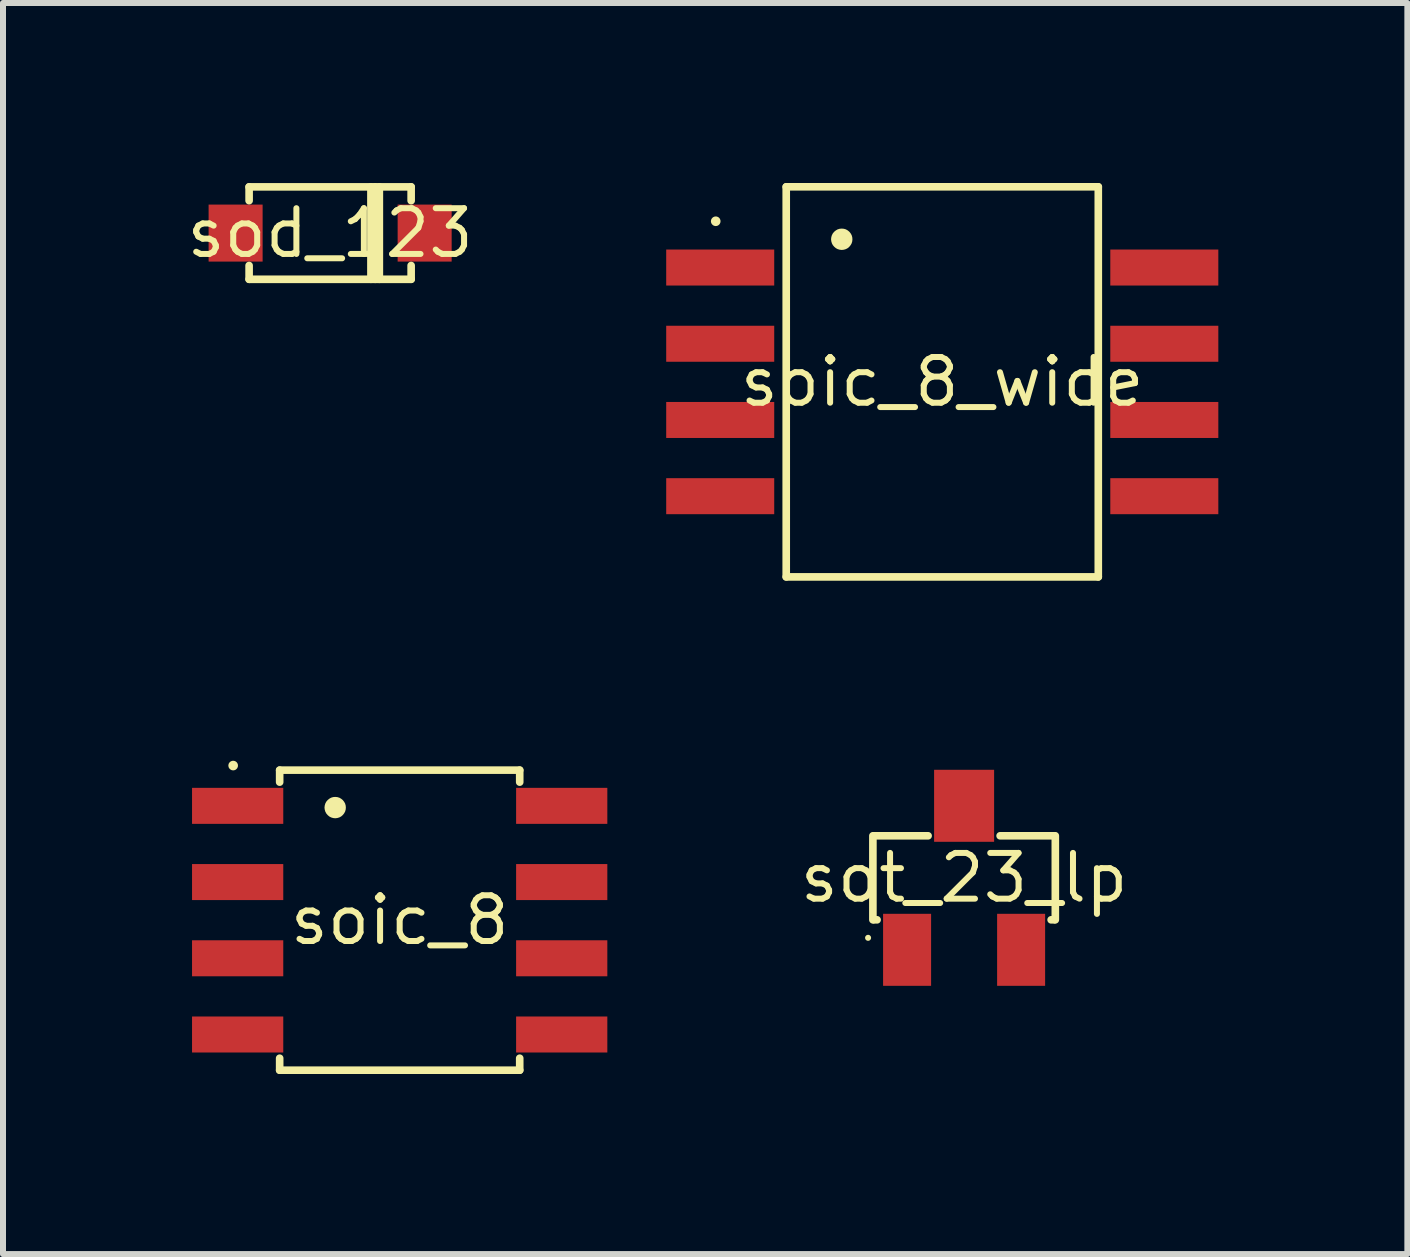
<source format=kicad_pcb>
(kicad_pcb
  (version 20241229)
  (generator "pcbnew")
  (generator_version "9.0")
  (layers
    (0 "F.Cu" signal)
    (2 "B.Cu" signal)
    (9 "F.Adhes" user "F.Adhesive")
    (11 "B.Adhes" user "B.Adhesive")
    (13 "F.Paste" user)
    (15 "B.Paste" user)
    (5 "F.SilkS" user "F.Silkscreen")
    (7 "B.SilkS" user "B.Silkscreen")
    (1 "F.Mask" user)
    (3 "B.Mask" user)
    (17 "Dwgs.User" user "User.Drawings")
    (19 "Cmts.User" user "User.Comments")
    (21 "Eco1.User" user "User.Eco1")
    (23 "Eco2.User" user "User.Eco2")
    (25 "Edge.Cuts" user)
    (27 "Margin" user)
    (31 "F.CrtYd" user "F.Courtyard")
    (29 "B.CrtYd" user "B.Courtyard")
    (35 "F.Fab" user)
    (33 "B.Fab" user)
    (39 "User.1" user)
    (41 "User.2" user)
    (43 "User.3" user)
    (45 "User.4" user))
  (footprint "sot_23_lp"
    (layer "F.Cu")
    (at 13.015 11.577)
    (property "Reference" "sot_23_lp" (at 0 0 0) (layer "F.SilkS") (effects (font (size 0.762 0.762) (thickness 0.1))))
    (attr through_hole)
    (fp_poly (pts (xy -1.5 1.95) (xy -0.4 1.95) (xy -0.4 0.45) (xy -1.5 0.45)) (stroke (width 0) (type solid)) (fill yes) (layer "F.Mask"))
    (fp_poly (pts (xy -0.65 -0.45) (xy 0.65 -0.45) (xy 0.65 -1.95) (xy -0.65 -1.95)) (stroke (width 0) (type solid)) (fill yes) (layer "F.Mask"))
    (fp_poly (pts (xy 0.4 1.95) (xy 1.5 1.95) (xy 1.5 0.45) (xy 0.4 0.45)) (stroke (width 0) (type solid)) (fill yes) (layer "F.Mask"))
    (fp_line (start -1.52 0.7) (end -1.52 -0.7) (stroke (width 0.127) (type solid)) (layer "F.SilkS"))
    (fp_line (start -1.499 -0.7) (end -0.6 -0.7) (stroke (width 0.127) (type solid)) (layer "F.SilkS"))
    (fp_line (start -1.45 0.7) (end -1.499 0.7) (stroke (width 0.127) (type solid)) (layer "F.SilkS"))
    (fp_line (start 0.6 -0.7) (end 1.499 -0.7) (stroke (width 0.127) (type solid)) (layer "F.SilkS"))
    (fp_line (start 1.499 0.7) (end 1.45 0.7) (stroke (width 0.127) (type solid)) (layer "F.SilkS"))
    (fp_line (start 1.52 -0.7) (end 1.52 0.7) (stroke (width 0.127) (type solid)) (layer "F.SilkS"))
    (fp_poly (pts (xy -1.55 1) (xy -1.551 0.99) (xy -1.554 0.981) (xy -1.558 0.972) (xy -1.565 0.965) (xy -1.572 0.958) (xy -1.581 0.954) (xy -1.59 0.951) (xy -1.6 0.95) (xy -1.61 0.951) (xy -1.619 0.954) (xy -1.628 0.958) (xy -1.635 0.965) (xy -1.642 0.972) (xy -1.646 0.981) (xy -1.649 0.99) (xy -1.65 1) (xy -1.649 1.01) (xy -1.646 1.019) (xy -1.642 1.028) (xy -1.635 1.035) (xy -1.628 1.042) (xy -1.619 1.046) (xy -1.61 1.049) (xy -1.6 1.05) (xy -1.59 1.049) (xy -1.581 1.046) (xy -1.572 1.042) (xy -1.565 1.035) (xy -1.558 1.028) (xy -1.554 1.019) (xy -1.551 1.01)) (stroke (width 0) (type solid)) (fill yes) (layer "F.SilkS"))
    (pad "1" smd rect (at -0.95 1.2) (size 0.8 1.2) (layers "F.Cu" "F.Paste"))
    (pad "2" smd rect (at 0.95 1.2) (size 0.8 1.2) (layers "F.Cu" "F.Paste"))
    (pad "3" smd rect (at 0 -1.2) (size 1 1.2) (layers "F.Cu" "F.Paste")))
  (footprint "sod_123"
    (layer "F.Cu")
    (at 2.451 0.834)
    (property "Reference" "sod_123" (at 0 0 0) (layer "F.SilkS") (effects (font (size 0.762 0.762) (thickness 0.1))))
    (attr through_hole)
    (fp_poly (pts (xy -2.175 0.625) (xy -0.975 0.625) (xy -0.975 -0.625) (xy -2.175 -0.625)) (stroke (width 0) (type solid)) (fill yes) (layer "F.Mask"))
    (fp_poly (pts (xy 0.975 0.625) (xy 2.175 0.625) (xy 2.175 -0.625) (xy 0.975 -0.625)) (stroke (width 0) (type solid)) (fill yes) (layer "F.Mask"))
    (fp_line (start -1.35 -0.77) (end -1.35 -0.54) (stroke (width 0.127) (type solid)) (layer "F.SilkS"))
    (fp_line (start -1.35 -0.77) (end 1.35 -0.77) (stroke (width 0.127) (type solid)) (layer "F.SilkS"))
    (fp_line (start -1.35 0.77) (end -1.35 0.54) (stroke (width 0.127) (type solid)) (layer "F.SilkS"))
    (fp_line (start -1.35 0.77) (end 1.35 0.77) (stroke (width 0.127) (type solid)) (layer "F.SilkS"))
    (fp_line (start 0.68 0.77) (end 0.68 -0.77) (stroke (width 0.127) (type solid)) (layer "F.SilkS"))
    (fp_line (start 0.75 -0.77) (end 0.75 0.77) (stroke (width 0.127) (type solid)) (layer "F.SilkS"))
    (fp_line (start 0.82 -0.77) (end 0.82 0.77) (stroke (width 0.127) (type solid)) (layer "F.SilkS"))
    (fp_line (start 1.35 -0.77) (end 1.35 -0.54) (stroke (width 0.127) (type solid)) (layer "F.SilkS"))
    (fp_line (start 1.35 0.77) (end 1.35 0.54) (stroke (width 0.127) (type solid)) (layer "F.SilkS"))
    (pad "1" smd rect (at -1.575 0) (size 0.9 0.95) (layers "F.Cu" "F.Paste"))
    (pad "2" smd rect (at 1.575 0) (size 0.9 0.95) (layers "F.Cu" "F.Paste")))
  (footprint "soic_8"
    (layer "F.Cu")
    (at 3.61 12.283)
    (property "Reference" "soic_8" (at 0 0 0) (layer "F.SilkS") (effects (font (size 0.762 0.762) (thickness 0.1))))
    (attr through_hole)
    (fp_poly (pts (xy -3.61 -2.355) (xy -3.61 -1.455) (xy -1.79 -1.455) (xy -1.79 -2.355)) (stroke (width 0) (type solid)) (fill yes) (layer "F.Mask"))
    (fp_poly (pts (xy -3.61 -1.085) (xy -3.61 -0.185) (xy -1.79 -0.185) (xy -1.79 -1.085)) (stroke (width 0) (type solid)) (fill yes) (layer "F.Mask"))
    (fp_poly (pts (xy -3.61 0.185) (xy -3.61 1.085) (xy -1.79 1.085) (xy -1.79 0.185)) (stroke (width 0) (type solid)) (fill yes) (layer "F.Mask"))
    (fp_poly (pts (xy -3.61 1.455) (xy -3.61 2.355) (xy -1.79 2.355) (xy -1.79 1.455)) (stroke (width 0) (type solid)) (fill yes) (layer "F.Mask"))
    (fp_poly (pts (xy 1.79 -2.355) (xy 1.79 -1.455) (xy 3.61 -1.455) (xy 3.61 -2.355)) (stroke (width 0) (type solid)) (fill yes) (layer "F.Mask"))
    (fp_poly (pts (xy 1.79 -1.085) (xy 1.79 -0.185) (xy 3.61 -0.185) (xy 3.61 -1.085)) (stroke (width 0) (type solid)) (fill yes) (layer "F.Mask"))
    (fp_poly (pts (xy 1.79 0.185) (xy 1.79 1.085) (xy 3.61 1.085) (xy 3.61 0.185)) (stroke (width 0) (type solid)) (fill yes) (layer "F.Mask"))
    (fp_poly (pts (xy 1.79 1.455) (xy 1.79 2.355) (xy 3.61 2.355) (xy 3.61 1.455)) (stroke (width 0) (type solid)) (fill yes) (layer "F.Mask"))
    (fp_line (start -2 -2.5) (end -2 -2.3) (stroke (width 0.127) (type solid)) (layer "F.SilkS"))
    (fp_line (start -2 2.5) (end -2 2.3) (stroke (width 0.127) (type solid)) (layer "F.SilkS"))
    (fp_line (start -2 2.5) (end 2 2.5) (stroke (width 0.127) (type solid)) (layer "F.SilkS"))
    (fp_line (start 2 -2.5) (end -2 -2.5) (stroke (width 0.127) (type solid)) (layer "F.SilkS"))
    (fp_line (start 2 -2.5) (end 2 -2.3) (stroke (width 0.127) (type solid)) (layer "F.SilkS"))
    (fp_line (start 2 2.5) (end 2 2.3) (stroke (width 0.127) (type solid)) (layer "F.SilkS"))
    (fp_poly (pts (xy -2.695 -2.576) (xy -2.696 -2.592) (xy -2.701 -2.607) (xy -2.708 -2.621) (xy -2.718 -2.633) (xy -2.73 -2.643) (xy -2.744 -2.65) (xy -2.759 -2.655) (xy -2.775 -2.656) (xy -2.79 -2.655) (xy -2.805 -2.65) (xy -2.819 -2.643) (xy -2.831 -2.633) (xy -2.841 -2.621) (xy -2.849 -2.607) (xy -2.853 -2.592) (xy -2.855 -2.576) (xy -2.853 -2.561) (xy -2.849 -2.546) (xy -2.841 -2.532) (xy -2.831 -2.52) (xy -2.819 -2.51) (xy -2.805 -2.502) (xy -2.79 -2.498) (xy -2.775 -2.496) (xy -2.759 -2.498) (xy -2.744 -2.502) (xy -2.73 -2.51) (xy -2.718 -2.52) (xy -2.708 -2.532) (xy -2.701 -2.546) (xy -2.696 -2.561)) (stroke (width 0) (type solid)) (fill yes) (layer "F.SilkS"))
    (fp_poly (pts (xy -0.897 -1.876) (xy -0.9 -1.911) (xy -0.91 -1.945) (xy -0.927 -1.975) (xy -0.949 -2.002) (xy -0.976 -2.024) (xy -1.006 -2.041) (xy -1.04 -2.051) (xy -1.075 -2.054) (xy -1.109 -2.051) (xy -1.143 -2.041) (xy -1.173 -2.024) (xy -1.2 -2.002) (xy -1.223 -1.975) (xy -1.239 -1.945) (xy -1.249 -1.911) (xy -1.253 -1.876) (xy -1.249 -1.842) (xy -1.239 -1.808) (xy -1.223 -1.778) (xy -1.2 -1.751) (xy -1.173 -1.728) (xy -1.143 -1.712) (xy -1.109 -1.702) (xy -1.075 -1.698) (xy -1.04 -1.702) (xy -1.006 -1.712) (xy -0.976 -1.728) (xy -0.949 -1.751) (xy -0.927 -1.778) (xy -0.91 -1.808) (xy -0.9 -1.842)) (stroke (width 0) (type solid)) (fill yes) (layer "F.SilkS"))
    (pad "1" smd rect (at -2.7 -1.905 270) (size 0.6 1.52) (layers "F.Cu" "F.Paste"))
    (pad "2" smd rect (at -2.7 -0.635 270) (size 0.6 1.52) (layers "F.Cu" "F.Paste"))
    (pad "3" smd rect (at -2.7 0.635 270) (size 0.6 1.52) (layers "F.Cu" "F.Paste"))
    (pad "4" smd rect (at -2.7 1.905 270) (size 0.6 1.52) (layers "F.Cu" "F.Paste"))
    (pad "5" smd rect (at 2.7 1.905 270) (size 0.6 1.52) (layers "F.Cu" "F.Paste"))
    (pad "6" smd rect (at 2.7 0.635 270) (size 0.6 1.52) (layers "F.Cu" "F.Paste"))
    (pad "7" smd rect (at 2.7 -0.635 270) (size 0.6 1.52) (layers "F.Cu" "F.Paste"))
    (pad "8" smd rect (at 2.7 -1.905 270) (size 0.6 1.52) (layers "F.Cu" "F.Paste")))
  (footprint "soic_8_wide"
    (layer "F.Cu")
    (at 12.651 3.313)
    (property "Reference" "soic_8_wide" (at 0 0 0) (layer "F.SilkS") (effects (font (size 0.762 0.762) (thickness 0.1))))
    (attr through_hole)
    (fp_poly (pts (xy -4.75 -2.355) (xy -4.75 -1.455) (xy -2.65 -1.455) (xy -2.65 -2.355)) (stroke (width 0) (type solid)) (fill yes) (layer "F.Mask"))
    (fp_poly (pts (xy -4.75 -1.085) (xy -4.75 -0.185) (xy -2.65 -0.185) (xy -2.65 -1.085)) (stroke (width 0) (type solid)) (fill yes) (layer "F.Mask"))
    (fp_poly (pts (xy -4.75 0.185) (xy -4.75 1.085) (xy -2.65 1.085) (xy -2.65 0.185)) (stroke (width 0) (type solid)) (fill yes) (layer "F.Mask"))
    (fp_poly (pts (xy -4.75 1.455) (xy -4.75 2.355) (xy -2.65 2.355) (xy -2.65 1.455)) (stroke (width 0) (type solid)) (fill yes) (layer "F.Mask"))
    (fp_poly (pts (xy 2.65 -2.355) (xy 2.65 -1.455) (xy 4.75 -1.455) (xy 4.75 -2.355)) (stroke (width 0) (type solid)) (fill yes) (layer "F.Mask"))
    (fp_poly (pts (xy 2.65 -1.085) (xy 2.65 -0.185) (xy 4.75 -0.185) (xy 4.75 -1.085)) (stroke (width 0) (type solid)) (fill yes) (layer "F.Mask"))
    (fp_poly (pts (xy 2.65 0.185) (xy 2.65 1.085) (xy 4.75 1.085) (xy 4.75 0.185)) (stroke (width 0) (type solid)) (fill yes) (layer "F.Mask"))
    (fp_poly (pts (xy 2.65 1.455) (xy 2.65 2.355) (xy 4.75 2.355) (xy 4.75 1.455)) (stroke (width 0) (type solid)) (fill yes) (layer "F.Mask"))
    (fp_line (start -2.6 -3.25) (end -2.6 3.25) (stroke (width 0.127) (type solid)) (layer "F.SilkS"))
    (fp_line (start -2.6 3.25) (end 2.6 3.25) (stroke (width 0.127) (type solid)) (layer "F.SilkS"))
    (fp_line (start 2.6 -3.25) (end -2.6 -3.25) (stroke (width 0.127) (type solid)) (layer "F.SilkS"))
    (fp_line (start 2.6 -3.25) (end 2.6 3.25) (stroke (width 0.127) (type solid)) (layer "F.SilkS"))
    (fp_poly (pts (xy -3.695 -2.676) (xy -3.696 -2.692) (xy -3.701 -2.707) (xy -3.708 -2.721) (xy -3.718 -2.733) (xy -3.73 -2.743) (xy -3.744 -2.75) (xy -3.759 -2.755) (xy -3.775 -2.756) (xy -3.79 -2.755) (xy -3.805 -2.75) (xy -3.819 -2.743) (xy -3.831 -2.733) (xy -3.841 -2.721) (xy -3.849 -2.707) (xy -3.853 -2.692) (xy -3.855 -2.676) (xy -3.853 -2.661) (xy -3.849 -2.646) (xy -3.841 -2.632) (xy -3.831 -2.62) (xy -3.819 -2.61) (xy -3.805 -2.602) (xy -3.79 -2.598) (xy -3.775 -2.596) (xy -3.759 -2.598) (xy -3.744 -2.602) (xy -3.73 -2.61) (xy -3.718 -2.62) (xy -3.708 -2.632) (xy -3.701 -2.646) (xy -3.696 -2.661)) (stroke (width 0) (type solid)) (fill yes) (layer "F.SilkS"))
    (fp_poly (pts (xy -1.497 -2.376) (xy -1.5 -2.411) (xy -1.51 -2.445) (xy -1.527 -2.475) (xy -1.549 -2.502) (xy -1.576 -2.524) (xy -1.606 -2.541) (xy -1.64 -2.551) (xy -1.675 -2.554) (xy -1.709 -2.551) (xy -1.743 -2.541) (xy -1.773 -2.524) (xy -1.8 -2.502) (xy -1.823 -2.475) (xy -1.839 -2.445) (xy -1.849 -2.411) (xy -1.853 -2.376) (xy -1.849 -2.342) (xy -1.839 -2.308) (xy -1.823 -2.278) (xy -1.8 -2.251) (xy -1.773 -2.228) (xy -1.743 -2.212) (xy -1.709 -2.202) (xy -1.675 -2.198) (xy -1.64 -2.202) (xy -1.606 -2.212) (xy -1.576 -2.228) (xy -1.549 -2.251) (xy -1.527 -2.278) (xy -1.51 -2.308) (xy -1.5 -2.342)) (stroke (width 0) (type solid)) (fill yes) (layer "F.SilkS"))
    (pad "1" smd rect (at -3.7 -1.905 270) (size 0.6 1.8) (layers "F.Cu" "F.Paste"))
    (pad "2" smd rect (at -3.7 -0.635 270) (size 0.6 1.8) (layers "F.Cu" "F.Paste"))
    (pad "3" smd rect (at -3.7 0.635 270) (size 0.6 1.8) (layers "F.Cu" "F.Paste"))
    (pad "4" smd rect (at -3.7 1.905 270) (size 0.6 1.8) (layers "F.Cu" "F.Paste"))
    (pad "5" smd rect (at 3.7 1.905 270) (size 0.6 1.8) (layers "F.Cu" "F.Paste"))
    (pad "6" smd rect (at 3.7 0.635 270) (size 0.6 1.8) (layers "F.Cu" "F.Paste"))
    (pad "7" smd rect (at 3.7 -0.635 270) (size 0.6 1.8) (layers "F.Cu" "F.Paste"))
    (pad "8" smd rect (at 3.7 -1.905 270) (size 0.6 1.8) (layers "F.Cu" "F.Paste")))
  (gr_rect
    (start -3 -3)
    (end 20.401 17.847)
    (stroke (width 0.1) (type default))
    (fill no)
    (layer "Edge.Cuts")))
</source>
